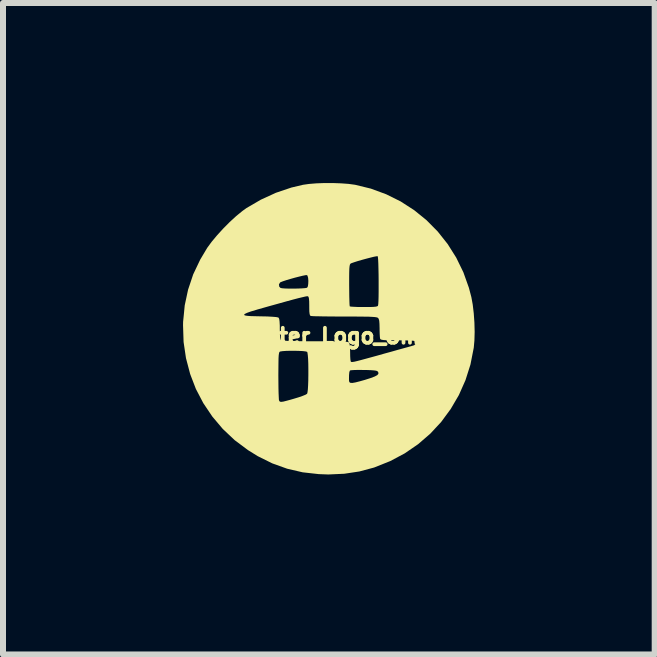
<source format=kicad_pcb>
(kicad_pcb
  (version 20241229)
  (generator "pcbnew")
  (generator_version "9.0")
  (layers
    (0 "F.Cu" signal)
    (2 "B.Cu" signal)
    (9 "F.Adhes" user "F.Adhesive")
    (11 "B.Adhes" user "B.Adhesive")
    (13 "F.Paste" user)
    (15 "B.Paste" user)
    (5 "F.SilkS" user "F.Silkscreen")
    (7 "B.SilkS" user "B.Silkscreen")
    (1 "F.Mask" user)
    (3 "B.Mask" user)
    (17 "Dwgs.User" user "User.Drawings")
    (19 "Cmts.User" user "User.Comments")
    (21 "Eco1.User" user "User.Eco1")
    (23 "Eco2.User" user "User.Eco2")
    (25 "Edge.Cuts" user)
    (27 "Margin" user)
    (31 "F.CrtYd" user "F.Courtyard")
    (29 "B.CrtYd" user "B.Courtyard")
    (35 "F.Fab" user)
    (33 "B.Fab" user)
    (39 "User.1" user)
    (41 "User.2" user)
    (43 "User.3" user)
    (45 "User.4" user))
  (footprint "Hackster_Logo_6mm"
    (layer "F.Cu")
    (at 2.388 2.549)
    (property "Reference" "Hackster_Logo_6mm" (at 0 0 0) (layer "F.SilkS") (effects (font (size 0.25 0.25) (thickness 0.062))))
    (attr board_only exclude_from_pos_files exclude_from_bom)
    (fp_poly (pts (xy 0.245 -2.544) (xy 0.369 -2.535) (xy 0.472 -2.521) (xy 0.475 -2.521) (xy 0.742 -2.456) (xy 0.997 -2.362) (xy 1.237 -2.243) (xy 1.462 -2.098) (xy 1.668 -1.931) (xy 1.855 -1.742) (xy 2.021 -1.533) (xy 2.164 -1.306) (xy 2.283 -1.062) (xy 2.375 -0.804) (xy 2.416 -0.649) (xy 2.439 -0.523) (xy 2.456 -0.378) (xy 2.467 -0.223) (xy 2.471 -0.069) (xy 2.467 0.074) (xy 2.456 0.196) (xy 2.455 0.201) (xy 2.401 0.475) (xy 2.318 0.736) (xy 2.208 0.984) (xy 2.072 1.216) (xy 1.913 1.432) (xy 1.731 1.628) (xy 1.528 1.803) (xy 1.305 1.956) (xy 1.064 2.084) (xy 0.807 2.187) (xy 0.793 2.192) (xy 0.55 2.257) (xy 0.298 2.295) (xy 0.033 2.307) (xy -0.127 2.301) (xy -0.395 2.271) (xy -0.653 2.211) (xy -0.901 2.122) (xy -1.143 2.002) (xy -1.306 1.901) (xy -1.528 1.735) (xy -1.726 1.548) (xy -1.9 1.342) (xy -2.05 1.119) (xy -2.174 0.882) (xy -2.259 0.661) (xy -0.8 0.661) (xy -0.799 0.769) (xy -0.798 0.868) (xy -0.796 0.953) (xy -0.793 1.018) (xy -0.791 1.06) (xy -0.788 1.073) (xy -0.781 1.087) (xy -0.77 1.095) (xy -0.751 1.097) (xy -0.718 1.093) (xy -0.667 1.08) (xy -0.593 1.06) (xy -0.538 1.044) (xy -0.462 1.021) (xy -0.396 0.998) (xy -0.347 0.978) (xy -0.322 0.963) (xy -0.321 0.962) (xy -0.314 0.937) (xy -0.308 0.887) (xy -0.304 0.818) (xy -0.301 0.735) (xy -0.301 0.715) (xy 0.377 0.715) (xy 0.378 0.748) (xy 0.384 0.769) (xy 0.401 0.78) (xy 0.434 0.782) (xy 0.485 0.773) (xy 0.56 0.754) (xy 0.648 0.729) (xy 0.742 0.699) (xy 0.807 0.674) (xy 0.848 0.652) (xy 0.867 0.63) (xy 0.866 0.608) (xy 0.861 0.597) (xy 0.85 0.586) (xy 0.83 0.578) (xy 0.795 0.573) (xy 0.741 0.569) (xy 0.663 0.566) (xy 0.625 0.566) (xy 0.545 0.565) (xy 0.475 0.566) (xy 0.424 0.569) (xy 0.396 0.573) (xy 0.393 0.575) (xy 0.383 0.6) (xy 0.378 0.65) (xy 0.377 0.715) (xy -0.301 0.715) (xy -0.3 0.644) (xy -0.3 0.551) (xy -0.301 0.462) (xy -0.304 0.383) (xy -0.309 0.32) (xy -0.315 0.278) (xy -0.32 0.264) (xy -0.343 0.257) (xy -0.39 0.251) (xy -0.454 0.248) (xy -0.527 0.246) (xy -0.603 0.246) (xy -0.673 0.248) (xy -0.73 0.252) (xy -0.768 0.258) (xy -0.776 0.261) (xy -0.784 0.27) (xy -0.789 0.289) (xy -0.794 0.32) (xy -0.797 0.369) (xy -0.798 0.439) (xy -0.799 0.532) (xy -0.8 0.654) (xy -0.8 0.661) (xy -2.259 0.661) (xy -2.27 0.631) (xy -2.339 0.369) (xy -2.379 0.099) (xy -2.388 -0.179) (xy -2.387 -0.237) (xy -2.375 -0.356) (xy -1.37 -0.356) (xy -1.365 -0.347) (xy -1.348 -0.341) (xy -1.315 -0.336) (xy -1.262 -0.332) (xy -1.184 -0.33) (xy -1.094 -0.328) (xy -0.986 -0.326) (xy -0.899 -0.321) (xy -0.837 -0.316) (xy -0.802 -0.309) (xy -0.797 -0.306) (xy -0.786 -0.286) (xy -0.78 -0.243) (xy -0.776 -0.174) (xy -0.776 -0.12) (xy -0.774 -0.029) (xy -0.768 0.033) (xy -0.759 0.066) (xy -0.757 0.068) (xy -0.742 0.074) (xy -0.709 0.078) (xy -0.655 0.081) (xy -0.578 0.084) (xy -0.476 0.086) (xy -0.346 0.087) (xy -0.19 0.087) (xy -0.031 0.087) (xy 0.098 0.088) (xy 0.199 0.09) (xy 0.276 0.093) (xy 0.33 0.096) (xy 0.363 0.101) (xy 0.377 0.106) (xy 0.387 0.133) (xy 0.394 0.188) (xy 0.396 0.267) (xy 0.396 0.27) (xy 0.397 0.335) (xy 0.4 0.387) (xy 0.405 0.42) (xy 0.408 0.426) (xy 0.414 0.431) (xy 0.423 0.433) (xy 0.44 0.432) (xy 0.466 0.428) (xy 0.505 0.419) (xy 0.56 0.405) (xy 0.634 0.385) (xy 0.729 0.359) (xy 0.85 0.326) (xy 0.966 0.293) (xy 1.083 0.261) (xy 1.192 0.23) (xy 1.287 0.204) (xy 1.366 0.182) (xy 1.423 0.166) (xy 1.456 0.156) (xy 1.461 0.155) (xy 1.484 0.135) (xy 1.486 0.106) (xy 1.468 0.083) (xy 1.463 0.081) (xy 1.44 0.078) (xy 1.39 0.075) (xy 1.321 0.073) (xy 1.237 0.072) (xy 1.172 0.071) (xy 1.073 0.071) (xy 1.001 0.07) (xy 0.951 0.067) (xy 0.921 0.062) (xy 0.904 0.055) (xy 0.896 0.046) (xy 0.892 0.02) (xy 0.889 -0.029) (xy 0.887 -0.093) (xy 0.887 -0.127) (xy 0.885 -0.203) (xy 0.881 -0.254) (xy 0.872 -0.286) (xy 0.862 -0.3) (xy 0.852 -0.307) (xy 0.834 -0.312) (xy 0.806 -0.316) (xy 0.765 -0.319) (xy 0.706 -0.322) (xy 0.627 -0.323) (xy 0.525 -0.324) (xy 0.397 -0.325) (xy 0.301 -0.325) (xy 0.173 -0.325) (xy 0.054 -0.326) (xy -0.051 -0.327) (xy -0.139 -0.329) (xy -0.206 -0.33) (xy -0.247 -0.333) (xy -0.26 -0.334) (xy -0.272 -0.344) (xy -0.279 -0.367) (xy -0.284 -0.409) (xy -0.285 -0.475) (xy -0.285 -0.499) (xy -0.286 -0.575) (xy -0.29 -0.624) (xy -0.297 -0.652) (xy -0.308 -0.662) (xy -0.321 -0.663) (xy -0.351 -0.658) (xy -0.398 -0.647) (xy -0.465 -0.631) (xy -0.553 -0.608) (xy -0.663 -0.578) (xy -0.799 -0.54) (xy -0.961 -0.495) (xy -1.152 -0.441) (xy -1.164 -0.437) (xy -1.258 -0.409) (xy -1.322 -0.386) (xy -1.359 -0.368) (xy -1.37 -0.356) (xy -2.375 -0.356) (xy -2.36 -0.511) (xy -2.304 -0.773) (xy -2.275 -0.859) (xy -0.79 -0.859) (xy -0.785 -0.823) (xy -0.765 -0.802) (xy -0.739 -0.796) (xy -0.689 -0.792) (xy -0.623 -0.79) (xy -0.549 -0.79) (xy -0.474 -0.791) (xy -0.407 -0.794) (xy -0.354 -0.798) (xy -0.323 -0.804) (xy -0.321 -0.805) (xy -0.308 -0.828) (xy -0.305 -0.849) (xy 0.38 -0.849) (xy 0.381 -0.748) (xy 0.382 -0.657) (xy 0.384 -0.582) (xy 0.386 -0.527) (xy 0.389 -0.497) (xy 0.391 -0.494) (xy 0.409 -0.49) (xy 0.454 -0.487) (xy 0.518 -0.484) (xy 0.596 -0.483) (xy 0.626 -0.483) (xy 0.717 -0.483) (xy 0.781 -0.485) (xy 0.823 -0.489) (xy 0.847 -0.495) (xy 0.859 -0.503) (xy 0.861 -0.508) (xy 0.865 -0.533) (xy 0.868 -0.584) (xy 0.87 -0.654) (xy 0.871 -0.739) (xy 0.871 -0.834) (xy 0.871 -0.933) (xy 0.87 -1.031) (xy 0.868 -1.123) (xy 0.866 -1.205) (xy 0.863 -1.27) (xy 0.859 -1.313) (xy 0.855 -1.33) (xy 0.836 -1.329) (xy 0.793 -1.321) (xy 0.733 -1.306) (xy 0.663 -1.288) (xy 0.59 -1.268) (xy 0.521 -1.248) (xy 0.462 -1.229) (xy 0.419 -1.214) (xy 0.408 -1.209) (xy 0.399 -1.202) (xy 0.392 -1.188) (xy 0.387 -1.164) (xy 0.383 -1.125) (xy 0.381 -1.068) (xy 0.38 -0.989) (xy 0.38 -0.883) (xy 0.38 -0.849) (xy -0.305 -0.849) (xy -0.302 -0.87) (xy -0.3 -0.92) (xy -0.304 -0.969) (xy -0.314 -1.004) (xy -0.323 -1.015) (xy -0.346 -1.014) (xy -0.392 -1.005) (xy -0.454 -0.99) (xy -0.525 -0.972) (xy -0.599 -0.951) (xy -0.667 -0.931) (xy -0.724 -0.912) (xy -0.762 -0.897) (xy -0.772 -0.891) (xy -0.79 -0.859) (xy -2.275 -0.859) (xy -2.219 -1.027) (xy -2.102 -1.273) (xy -1.986 -1.468) (xy -1.913 -1.568) (xy -1.822 -1.677) (xy -1.719 -1.79) (xy -1.61 -1.9) (xy -1.501 -2) (xy -1.398 -2.084) (xy -1.33 -2.133) (xy -1.091 -2.272) (xy -0.84 -2.387) (xy -0.582 -2.474) (xy -0.388 -2.52) (xy -0.289 -2.534) (xy -0.167 -2.544) (xy -0.032 -2.549) (xy 0.108 -2.549)) (stroke (width 0) (type solid)) (fill yes) (layer "F.SilkS")))
  (gr_rect
    (start -3 -3)
    (end 7.859 7.855)
    (stroke (width 0.1) (type default))
    (fill no)
    (layer "Edge.Cuts")))
</source>
